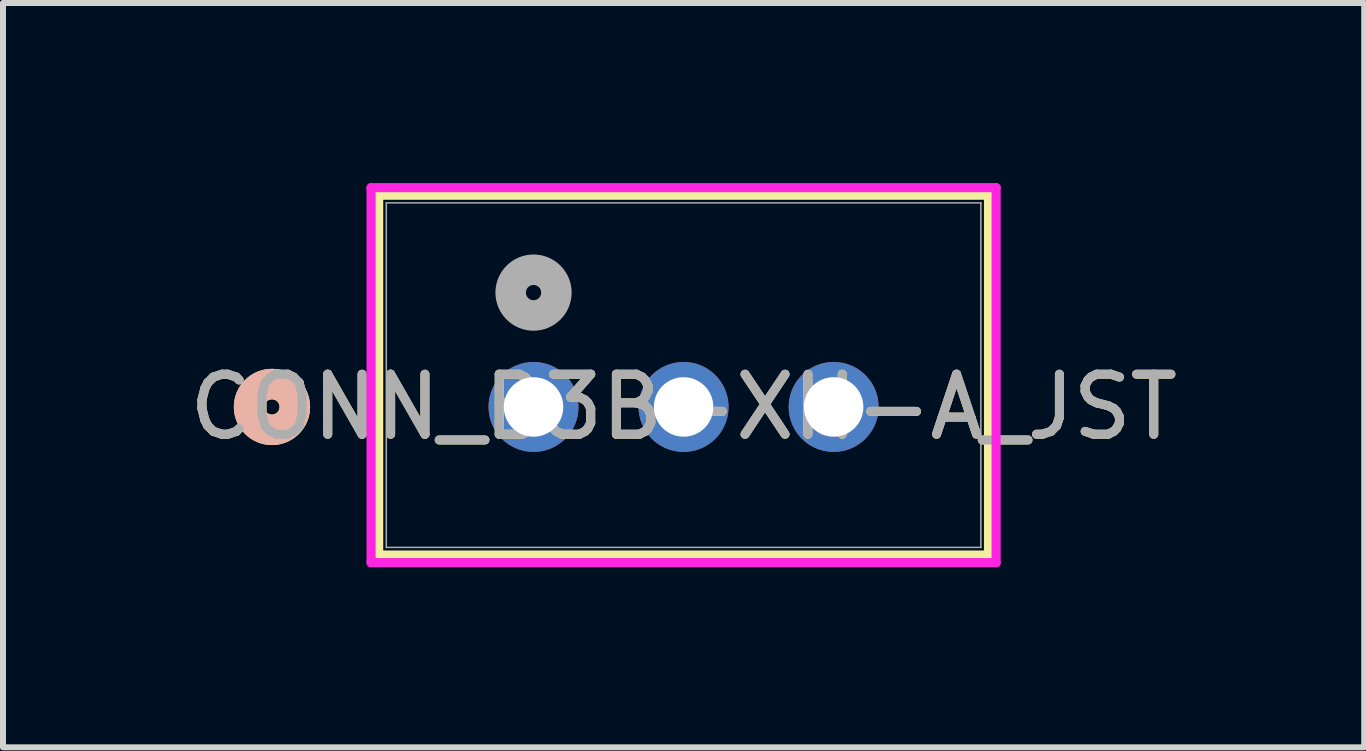
<source format=kicad_pcb>
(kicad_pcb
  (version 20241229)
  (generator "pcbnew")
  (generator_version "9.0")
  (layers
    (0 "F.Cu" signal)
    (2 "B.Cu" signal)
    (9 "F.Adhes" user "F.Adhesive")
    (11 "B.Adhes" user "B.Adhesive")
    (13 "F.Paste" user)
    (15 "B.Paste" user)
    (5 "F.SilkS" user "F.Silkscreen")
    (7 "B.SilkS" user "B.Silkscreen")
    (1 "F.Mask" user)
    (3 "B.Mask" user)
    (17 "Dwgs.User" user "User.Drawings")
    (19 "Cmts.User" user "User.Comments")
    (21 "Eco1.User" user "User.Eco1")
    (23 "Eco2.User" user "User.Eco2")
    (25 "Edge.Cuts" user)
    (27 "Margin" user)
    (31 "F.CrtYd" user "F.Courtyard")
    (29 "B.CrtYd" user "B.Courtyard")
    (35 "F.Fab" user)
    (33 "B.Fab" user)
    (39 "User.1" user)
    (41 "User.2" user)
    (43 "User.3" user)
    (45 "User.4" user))
  (footprint "CONN_B3B-XH-A_JST"
    (layer "F.Cu")
    (at 5.839 3.73)
    (property "Reference" "CONN_B3B-XH-A_JST" (at 2.5 0 0) (unlocked yes) (layer "F.SilkS") (effects (font (size 1 1) (thickness 0.15))))
    (attr through_hole)
    (fp_line (start -2.58 -3.527) (end -2.58 2.467) (stroke (width 0.152) (type solid)) (layer "F.SilkS"))
    (fp_line (start -2.58 2.467) (end 7.58 2.467) (stroke (width 0.152) (type solid)) (layer "F.SilkS"))
    (fp_line (start 7.58 -3.527) (end -2.58 -3.527) (stroke (width 0.152) (type solid)) (layer "F.SilkS"))
    (fp_line (start 7.58 2.467) (end 7.58 -3.527) (stroke (width 0.152) (type solid)) (layer "F.SilkS"))
    (fp_circle (center -4.358 0) (end -3.977 0) (stroke (width 0.508) (type solid)) (fill no) (layer "F.SilkS"))
    (fp_circle (center -4.358 0) (end -3.977 0) (stroke (width 0.508) (type solid)) (fill no) (layer "B.SilkS"))
    (fp_line (start -2.707 -3.654) (end -2.707 2.594) (stroke (width 0.152) (type solid)) (layer "F.CrtYd"))
    (fp_line (start -2.707 2.594) (end 7.707 2.594) (stroke (width 0.152) (type solid)) (layer "F.CrtYd"))
    (fp_line (start 7.707 -3.654) (end -2.707 -3.654) (stroke (width 0.152) (type solid)) (layer "F.CrtYd"))
    (fp_line (start 7.707 2.594) (end 7.707 -3.654) (stroke (width 0.152) (type solid)) (layer "F.CrtYd"))
    (fp_line (start -2.453 -3.4) (end -2.453 2.34) (stroke (width 0.025) (type solid)) (layer "F.Fab"))
    (fp_line (start -2.453 2.34) (end 7.453 2.34) (stroke (width 0.025) (type solid)) (layer "F.Fab"))
    (fp_line (start 7.453 -3.4) (end -2.453 -3.4) (stroke (width 0.025) (type solid)) (layer "F.Fab"))
    (fp_line (start 7.453 2.34) (end 7.453 -3.4) (stroke (width 0.025) (type solid)) (layer "F.Fab"))
    (fp_circle (center 0 -1.905) (end 0.381 -1.905) (stroke (width 0.508) (type solid)) (fill no) (layer "F.Fab"))
    (fp_text user "${REFERENCE}" (at 2.5 0 0) (unlocked yes) (layer "F.Fab") (effects (font (size 1 1) (thickness 0.15))))
    (pad "1" thru_hole circle (at 0 0) (size 1.499 1.499) (drill 0.991) (layers "*.Cu" "*.Mask"))
    (pad "2" thru_hole circle (at 2.5 0) (size 1.499 1.499) (drill 0.991) (layers "*.Cu" "*.Mask"))
    (pad "3" thru_hole circle (at 5 0) (size 1.499 1.499) (drill 0.991) (layers "*.Cu" "*.Mask")))
  (gr_rect
    (start -3 -3)
    (end 19.679 9.401)
    (stroke (width 0.1) (type default))
    (fill no)
    (layer "Edge.Cuts")))
</source>
